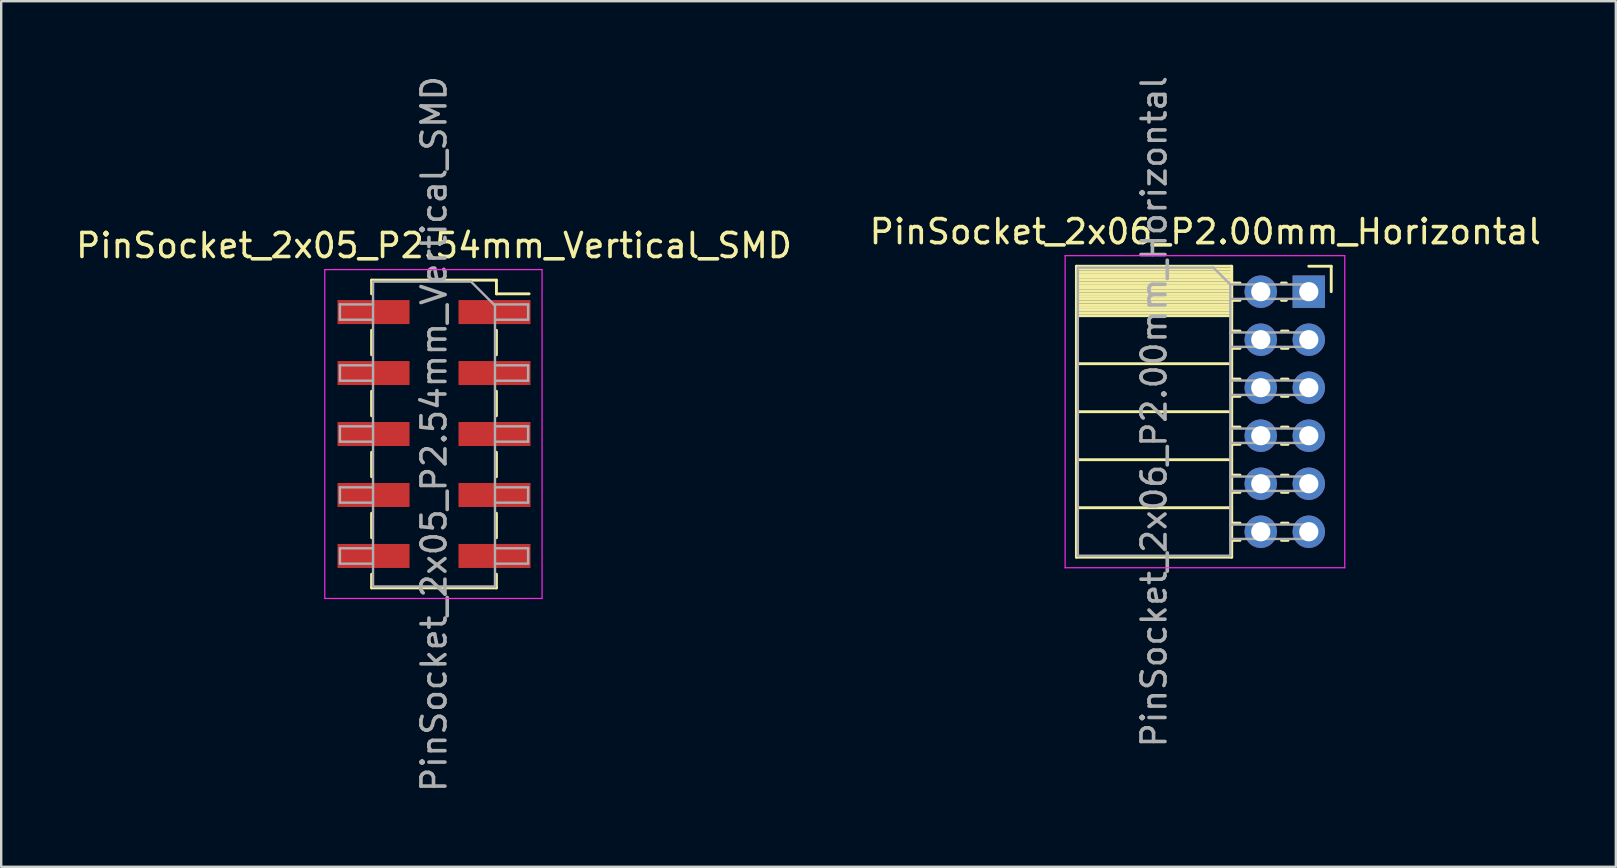
<source format=kicad_pcb>
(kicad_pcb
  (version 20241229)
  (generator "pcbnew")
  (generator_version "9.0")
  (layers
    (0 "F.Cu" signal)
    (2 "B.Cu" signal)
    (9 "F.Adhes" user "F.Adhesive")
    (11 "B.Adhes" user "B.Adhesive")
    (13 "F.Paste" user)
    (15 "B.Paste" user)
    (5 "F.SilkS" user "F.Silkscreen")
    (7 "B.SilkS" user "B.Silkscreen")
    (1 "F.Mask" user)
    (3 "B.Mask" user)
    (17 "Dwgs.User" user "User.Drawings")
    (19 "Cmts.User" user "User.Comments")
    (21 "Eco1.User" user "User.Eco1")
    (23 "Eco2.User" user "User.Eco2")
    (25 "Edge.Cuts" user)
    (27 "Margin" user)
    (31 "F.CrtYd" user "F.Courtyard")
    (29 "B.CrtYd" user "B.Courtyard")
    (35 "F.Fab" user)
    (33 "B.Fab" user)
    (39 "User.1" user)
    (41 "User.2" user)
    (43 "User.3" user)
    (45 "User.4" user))
  (footprint "PinSocket_2x05_P2.54mm_Vertical_SMD"
    (layer "F.Cu")
    (at 15.03 15.03)
    (property "Reference" "PinSocket_2x05_P2.54mm_Vertical_SMD" (at 0 -7.85 0) (layer "F.SilkS") (effects (font (size 1 1) (thickness 0.15))))
    (attr smd)
    (fp_line (start -2.6 -6.41) (end -2.6 -5.84) (stroke (width 0.12) (type solid)) (layer "F.SilkS"))
    (fp_line (start -2.6 -6.41) (end 2.6 -6.41) (stroke (width 0.12) (type solid)) (layer "F.SilkS"))
    (fp_line (start -2.6 -4.32) (end -2.6 -3.3) (stroke (width 0.12) (type solid)) (layer "F.SilkS"))
    (fp_line (start -2.6 -1.78) (end -2.6 -0.76) (stroke (width 0.12) (type solid)) (layer "F.SilkS"))
    (fp_line (start -2.6 0.76) (end -2.6 1.78) (stroke (width 0.12) (type solid)) (layer "F.SilkS"))
    (fp_line (start -2.6 3.3) (end -2.6 4.32) (stroke (width 0.12) (type solid)) (layer "F.SilkS"))
    (fp_line (start -2.6 5.84) (end -2.6 6.41) (stroke (width 0.12) (type solid)) (layer "F.SilkS"))
    (fp_line (start -2.6 6.41) (end 2.6 6.41) (stroke (width 0.12) (type solid)) (layer "F.SilkS"))
    (fp_line (start 2.6 -6.41) (end 2.6 -5.84) (stroke (width 0.12) (type solid)) (layer "F.SilkS"))
    (fp_line (start 2.6 -5.84) (end 3.96 -5.84) (stroke (width 0.12) (type solid)) (layer "F.SilkS"))
    (fp_line (start 2.6 -4.32) (end 2.6 -3.3) (stroke (width 0.12) (type solid)) (layer "F.SilkS"))
    (fp_line (start 2.6 -1.78) (end 2.6 -0.76) (stroke (width 0.12) (type solid)) (layer "F.SilkS"))
    (fp_line (start 2.6 0.76) (end 2.6 1.78) (stroke (width 0.12) (type solid)) (layer "F.SilkS"))
    (fp_line (start 2.6 3.3) (end 2.6 4.32) (stroke (width 0.12) (type solid)) (layer "F.SilkS"))
    (fp_line (start 2.6 5.84) (end 2.6 6.41) (stroke (width 0.12) (type solid)) (layer "F.SilkS"))
    (fp_line (start -4.55 -6.85) (end 4.5 -6.85) (stroke (width 0.05) (type solid)) (layer "F.CrtYd"))
    (fp_line (start -4.55 6.85) (end -4.55 -6.85) (stroke (width 0.05) (type solid)) (layer "F.CrtYd"))
    (fp_line (start 4.5 -6.85) (end 4.5 6.85) (stroke (width 0.05) (type solid)) (layer "F.CrtYd"))
    (fp_line (start 4.5 6.85) (end -4.55 6.85) (stroke (width 0.05) (type solid)) (layer "F.CrtYd"))
    (fp_line (start -3.92 -5.4) (end -2.54 -5.4) (stroke (width 0.1) (type solid)) (layer "F.Fab"))
    (fp_line (start -3.92 -4.76) (end -3.92 -5.4) (stroke (width 0.1) (type solid)) (layer "F.Fab"))
    (fp_line (start -3.92 -2.86) (end -2.54 -2.86) (stroke (width 0.1) (type solid)) (layer "F.Fab"))
    (fp_line (start -3.92 -2.22) (end -3.92 -2.86) (stroke (width 0.1) (type solid)) (layer "F.Fab"))
    (fp_line (start -3.92 -0.32) (end -2.54 -0.32) (stroke (width 0.1) (type solid)) (layer "F.Fab"))
    (fp_line (start -3.92 0.32) (end -3.92 -0.32) (stroke (width 0.1) (type solid)) (layer "F.Fab"))
    (fp_line (start -3.92 2.22) (end -2.54 2.22) (stroke (width 0.1) (type solid)) (layer "F.Fab"))
    (fp_line (start -3.92 2.86) (end -3.92 2.22) (stroke (width 0.1) (type solid)) (layer "F.Fab"))
    (fp_line (start -3.92 4.76) (end -2.54 4.76) (stroke (width 0.1) (type solid)) (layer "F.Fab"))
    (fp_line (start -3.92 5.4) (end -3.92 4.76) (stroke (width 0.1) (type solid)) (layer "F.Fab"))
    (fp_line (start -2.54 -6.35) (end 1.54 -6.35) (stroke (width 0.1) (type solid)) (layer "F.Fab"))
    (fp_line (start -2.54 -4.76) (end -3.92 -4.76) (stroke (width 0.1) (type solid)) (layer "F.Fab"))
    (fp_line (start -2.54 -2.22) (end -3.92 -2.22) (stroke (width 0.1) (type solid)) (layer "F.Fab"))
    (fp_line (start -2.54 0.32) (end -3.92 0.32) (stroke (width 0.1) (type solid)) (layer "F.Fab"))
    (fp_line (start -2.54 2.86) (end -3.92 2.86) (stroke (width 0.1) (type solid)) (layer "F.Fab"))
    (fp_line (start -2.54 5.4) (end -3.92 5.4) (stroke (width 0.1) (type solid)) (layer "F.Fab"))
    (fp_line (start -2.54 6.35) (end -2.54 -6.35) (stroke (width 0.1) (type solid)) (layer "F.Fab"))
    (fp_line (start 1.54 -6.35) (end 2.54 -5.35) (stroke (width 0.1) (type solid)) (layer "F.Fab"))
    (fp_line (start 2.54 -5.4) (end 3.92 -5.4) (stroke (width 0.1) (type solid)) (layer "F.Fab"))
    (fp_line (start 2.54 -5.35) (end 2.54 6.35) (stroke (width 0.1) (type solid)) (layer "F.Fab"))
    (fp_line (start 2.54 -2.86) (end 3.92 -2.86) (stroke (width 0.1) (type solid)) (layer "F.Fab"))
    (fp_line (start 2.54 -0.32) (end 3.92 -0.32) (stroke (width 0.1) (type solid)) (layer "F.Fab"))
    (fp_line (start 2.54 2.22) (end 3.92 2.22) (stroke (width 0.1) (type solid)) (layer "F.Fab"))
    (fp_line (start 2.54 4.76) (end 3.92 4.76) (stroke (width 0.1) (type solid)) (layer "F.Fab"))
    (fp_line (start 2.54 6.35) (end -2.54 6.35) (stroke (width 0.1) (type solid)) (layer "F.Fab"))
    (fp_line (start 3.92 -5.4) (end 3.92 -4.76) (stroke (width 0.1) (type solid)) (layer "F.Fab"))
    (fp_line (start 3.92 -4.76) (end 2.54 -4.76) (stroke (width 0.1) (type solid)) (layer "F.Fab"))
    (fp_line (start 3.92 -2.86) (end 3.92 -2.22) (stroke (width 0.1) (type solid)) (layer "F.Fab"))
    (fp_line (start 3.92 -2.22) (end 2.54 -2.22) (stroke (width 0.1) (type solid)) (layer "F.Fab"))
    (fp_line (start 3.92 -0.32) (end 3.92 0.32) (stroke (width 0.1) (type solid)) (layer "F.Fab"))
    (fp_line (start 3.92 0.32) (end 2.54 0.32) (stroke (width 0.1) (type solid)) (layer "F.Fab"))
    (fp_line (start 3.92 2.22) (end 3.92 2.86) (stroke (width 0.1) (type solid)) (layer "F.Fab"))
    (fp_line (start 3.92 2.86) (end 2.54 2.86) (stroke (width 0.1) (type solid)) (layer "F.Fab"))
    (fp_line (start 3.92 4.76) (end 3.92 5.4) (stroke (width 0.1) (type solid)) (layer "F.Fab"))
    (fp_line (start 3.92 5.4) (end 2.54 5.4) (stroke (width 0.1) (type solid)) (layer "F.Fab"))
    (fp_text user "${REFERENCE}" (at 0 0 90) (layer "F.Fab") (effects (font (size 1 1) (thickness 0.15))))
    (pad "1" smd rect (at 2.52 -5.08) (size 3 1) (layers "F.Cu" "F.Mask" "F.Paste"))
    (pad "2" smd rect (at -2.52 -5.08) (size 3 1) (layers "F.Cu" "F.Mask" "F.Paste"))
    (pad "3" smd rect (at 2.52 -2.54) (size 3 1) (layers "F.Cu" "F.Mask" "F.Paste"))
    (pad "4" smd rect (at -2.52 -2.54) (size 3 1) (layers "F.Cu" "F.Mask" "F.Paste"))
    (pad "5" smd rect (at 2.52 0) (size 3 1) (layers "F.Cu" "F.Mask" "F.Paste"))
    (pad "6" smd rect (at -2.52 0) (size 3 1) (layers "F.Cu" "F.Mask" "F.Paste"))
    (pad "7" smd rect (at 2.52 2.54) (size 3 1) (layers "F.Cu" "F.Mask" "F.Paste"))
    (pad "8" smd rect (at -2.52 2.54) (size 3 1) (layers "F.Cu" "F.Mask" "F.Paste"))
    (pad "9" smd rect (at 2.52 5.08) (size 3 1) (layers "F.Cu" "F.Mask" "F.Paste"))
    (pad "10" smd rect (at -2.52 5.08) (size 3 1) (layers "F.Cu" "F.Mask" "F.Paste")))
  (footprint "PinSocket_2x06_P2.00mm_Horizontal"
    (layer "F.Cu")
    (at 51.471 9.101)
    (property "Reference" "PinSocket_2x06_P2.00mm_Horizontal" (at -4.31 -2.5 0) (layer "F.SilkS") (effects (font (size 1 1) (thickness 0.15))))
    (attr through_hole)
    (fp_line (start -9.68 -1.06) (end -9.68 11.06) (stroke (width 0.12) (type solid)) (layer "F.SilkS"))
    (fp_line (start -9.68 -1.06) (end -3.21 -1.06) (stroke (width 0.12) (type solid)) (layer "F.SilkS"))
    (fp_line (start -9.68 -0.94) (end -3.21 -0.94) (stroke (width 0.12) (type solid)) (layer "F.SilkS"))
    (fp_line (start -9.68 -0.826) (end -3.21 -0.826) (stroke (width 0.12) (type solid)) (layer "F.SilkS"))
    (fp_line (start -9.68 -0.712) (end -3.21 -0.712) (stroke (width 0.12) (type solid)) (layer "F.SilkS"))
    (fp_line (start -9.68 -0.598) (end -3.21 -0.598) (stroke (width 0.12) (type solid)) (layer "F.SilkS"))
    (fp_line (start -9.68 -0.484) (end -3.21 -0.484) (stroke (width 0.12) (type solid)) (layer "F.SilkS"))
    (fp_line (start -9.68 -0.369) (end -3.21 -0.369) (stroke (width 0.12) (type solid)) (layer "F.SilkS"))
    (fp_line (start -9.68 -0.255) (end -3.21 -0.255) (stroke (width 0.12) (type solid)) (layer "F.SilkS"))
    (fp_line (start -9.68 -0.141) (end -3.21 -0.141) (stroke (width 0.12) (type solid)) (layer "F.SilkS"))
    (fp_line (start -9.68 -0.027) (end -3.21 -0.027) (stroke (width 0.12) (type solid)) (layer "F.SilkS"))
    (fp_line (start -9.68 0.087) (end -3.21 0.087) (stroke (width 0.12) (type solid)) (layer "F.SilkS"))
    (fp_line (start -9.68 0.201) (end -3.21 0.201) (stroke (width 0.12) (type solid)) (layer "F.SilkS"))
    (fp_line (start -9.68 0.315) (end -3.21 0.315) (stroke (width 0.12) (type solid)) (layer "F.SilkS"))
    (fp_line (start -9.68 0.429) (end -3.21 0.429) (stroke (width 0.12) (type solid)) (layer "F.SilkS"))
    (fp_line (start -9.68 0.544) (end -3.21 0.544) (stroke (width 0.12) (type solid)) (layer "F.SilkS"))
    (fp_line (start -9.68 0.658) (end -3.21 0.658) (stroke (width 0.12) (type solid)) (layer "F.SilkS"))
    (fp_line (start -9.68 0.772) (end -3.21 0.772) (stroke (width 0.12) (type solid)) (layer "F.SilkS"))
    (fp_line (start -9.68 0.886) (end -3.21 0.886) (stroke (width 0.12) (type solid)) (layer "F.SilkS"))
    (fp_line (start -9.68 1) (end -3.21 1) (stroke (width 0.12) (type solid)) (layer "F.SilkS"))
    (fp_line (start -9.68 3) (end -3.21 3) (stroke (width 0.12) (type solid)) (layer "F.SilkS"))
    (fp_line (start -9.68 5) (end -3.21 5) (stroke (width 0.12) (type solid)) (layer "F.SilkS"))
    (fp_line (start -9.68 7) (end -3.21 7) (stroke (width 0.12) (type solid)) (layer "F.SilkS"))
    (fp_line (start -9.68 9) (end -3.21 9) (stroke (width 0.12) (type solid)) (layer "F.SilkS"))
    (fp_line (start -9.68 11.06) (end -3.21 11.06) (stroke (width 0.12) (type solid)) (layer "F.SilkS"))
    (fp_line (start -3.21 -1.06) (end -3.21 11.06) (stroke (width 0.12) (type solid)) (layer "F.SilkS"))
    (fp_line (start -3.21 -0.36) (end -2.863 -0.36) (stroke (width 0.12) (type solid)) (layer "F.SilkS"))
    (fp_line (start -3.21 0.36) (end -2.863 0.36) (stroke (width 0.12) (type solid)) (layer "F.SilkS"))
    (fp_line (start -3.21 1.64) (end -2.863 1.64) (stroke (width 0.12) (type solid)) (layer "F.SilkS"))
    (fp_line (start -3.21 2.36) (end -2.863 2.36) (stroke (width 0.12) (type solid)) (layer "F.SilkS"))
    (fp_line (start -3.21 3.64) (end -2.863 3.64) (stroke (width 0.12) (type solid)) (layer "F.SilkS"))
    (fp_line (start -3.21 4.36) (end -2.863 4.36) (stroke (width 0.12) (type solid)) (layer "F.SilkS"))
    (fp_line (start -3.21 5.64) (end -2.863 5.64) (stroke (width 0.12) (type solid)) (layer "F.SilkS"))
    (fp_line (start -3.21 6.36) (end -2.863 6.36) (stroke (width 0.12) (type solid)) (layer "F.SilkS"))
    (fp_line (start -3.21 7.64) (end -2.863 7.64) (stroke (width 0.12) (type solid)) (layer "F.SilkS"))
    (fp_line (start -3.21 8.36) (end -2.863 8.36) (stroke (width 0.12) (type solid)) (layer "F.SilkS"))
    (fp_line (start -3.21 9.64) (end -2.863 9.64) (stroke (width 0.12) (type solid)) (layer "F.SilkS"))
    (fp_line (start -3.21 10.36) (end -2.863 10.36) (stroke (width 0.12) (type solid)) (layer "F.SilkS"))
    (fp_line (start -1.137 -0.36) (end -0.935 -0.36) (stroke (width 0.12) (type solid)) (layer "F.SilkS"))
    (fp_line (start -1.137 0.36) (end -0.935 0.36) (stroke (width 0.12) (type solid)) (layer "F.SilkS"))
    (fp_line (start -1.137 1.64) (end -0.863 1.64) (stroke (width 0.12) (type solid)) (layer "F.SilkS"))
    (fp_line (start -1.137 2.36) (end -0.863 2.36) (stroke (width 0.12) (type solid)) (layer "F.SilkS"))
    (fp_line (start -1.137 3.64) (end -0.863 3.64) (stroke (width 0.12) (type solid)) (layer "F.SilkS"))
    (fp_line (start -1.137 4.36) (end -0.863 4.36) (stroke (width 0.12) (type solid)) (layer "F.SilkS"))
    (fp_line (start -1.137 5.64) (end -0.863 5.64) (stroke (width 0.12) (type solid)) (layer "F.SilkS"))
    (fp_line (start -1.137 6.36) (end -0.863 6.36) (stroke (width 0.12) (type solid)) (layer "F.SilkS"))
    (fp_line (start -1.137 7.64) (end -0.863 7.64) (stroke (width 0.12) (type solid)) (layer "F.SilkS"))
    (fp_line (start -1.137 8.36) (end -0.863 8.36) (stroke (width 0.12) (type solid)) (layer "F.SilkS"))
    (fp_line (start -1.137 9.64) (end -0.863 9.64) (stroke (width 0.12) (type solid)) (layer "F.SilkS"))
    (fp_line (start -1.137 10.36) (end -0.863 10.36) (stroke (width 0.12) (type solid)) (layer "F.SilkS"))
    (fp_line (start 0 -1.06) (end 0.935 -1.06) (stroke (width 0.12) (type solid)) (layer "F.SilkS"))
    (fp_line (start 0.935 -1.06) (end 0.935 0) (stroke (width 0.12) (type solid)) (layer "F.SilkS"))
    (fp_line (start -10.15 -1.5) (end -10.15 11.5) (stroke (width 0.05) (type solid)) (layer "F.CrtYd"))
    (fp_line (start -10.15 11.5) (end 1.5 11.5) (stroke (width 0.05) (type solid)) (layer "F.CrtYd"))
    (fp_line (start 1.5 -1.5) (end -10.15 -1.5) (stroke (width 0.05) (type solid)) (layer "F.CrtYd"))
    (fp_line (start 1.5 11.5) (end 1.5 -1.5) (stroke (width 0.05) (type solid)) (layer "F.CrtYd"))
    (fp_line (start -9.62 -1) (end -3.97 -1) (stroke (width 0.1) (type solid)) (layer "F.Fab"))
    (fp_line (start -9.62 11) (end -9.62 -1) (stroke (width 0.1) (type solid)) (layer "F.Fab"))
    (fp_line (start -3.97 -1) (end -3.27 -0.3) (stroke (width 0.1) (type solid)) (layer "F.Fab"))
    (fp_line (start -3.27 -0.3) (end -3.27 11) (stroke (width 0.1) (type solid)) (layer "F.Fab"))
    (fp_line (start -3.27 0.3) (end 0 0.3) (stroke (width 0.1) (type solid)) (layer "F.Fab"))
    (fp_line (start -3.27 2.3) (end 0 2.3) (stroke (width 0.1) (type solid)) (layer "F.Fab"))
    (fp_line (start -3.27 4.3) (end 0 4.3) (stroke (width 0.1) (type solid)) (layer "F.Fab"))
    (fp_line (start -3.27 6.3) (end 0 6.3) (stroke (width 0.1) (type solid)) (layer "F.Fab"))
    (fp_line (start -3.27 8.3) (end 0 8.3) (stroke (width 0.1) (type solid)) (layer "F.Fab"))
    (fp_line (start -3.27 10.3) (end 0 10.3) (stroke (width 0.1) (type solid)) (layer "F.Fab"))
    (fp_line (start -3.27 11) (end -9.62 11) (stroke (width 0.1) (type solid)) (layer "F.Fab"))
    (fp_line (start 0 -0.3) (end -3.27 -0.3) (stroke (width 0.1) (type solid)) (layer "F.Fab"))
    (fp_line (start 0 0.3) (end 0 -0.3) (stroke (width 0.1) (type solid)) (layer "F.Fab"))
    (fp_line (start 0 1.7) (end -3.27 1.7) (stroke (width 0.1) (type solid)) (layer "F.Fab"))
    (fp_line (start 0 2.3) (end 0 1.7) (stroke (width 0.1) (type solid)) (layer "F.Fab"))
    (fp_line (start 0 3.7) (end -3.27 3.7) (stroke (width 0.1) (type solid)) (layer "F.Fab"))
    (fp_line (start 0 4.3) (end 0 3.7) (stroke (width 0.1) (type solid)) (layer "F.Fab"))
    (fp_line (start 0 5.7) (end -3.27 5.7) (stroke (width 0.1) (type solid)) (layer "F.Fab"))
    (fp_line (start 0 6.3) (end 0 5.7) (stroke (width 0.1) (type solid)) (layer "F.Fab"))
    (fp_line (start 0 7.7) (end -3.27 7.7) (stroke (width 0.1) (type solid)) (layer "F.Fab"))
    (fp_line (start 0 8.3) (end 0 7.7) (stroke (width 0.1) (type solid)) (layer "F.Fab"))
    (fp_line (start 0 9.7) (end -3.27 9.7) (stroke (width 0.1) (type solid)) (layer "F.Fab"))
    (fp_line (start 0 10.3) (end 0 9.7) (stroke (width 0.1) (type solid)) (layer "F.Fab"))
    (fp_text user "${REFERENCE}" (at -6.445 5 90) (layer "F.Fab") (effects (font (size 1 1) (thickness 0.15))))
    (pad "1" thru_hole rect (at 0 0) (size 1.35 1.35) (drill 0.8) (layers "*.Cu" "*.Mask"))
    (pad "2" thru_hole oval (at -2 0) (size 1.35 1.35) (drill 0.8) (layers "*.Cu" "*.Mask"))
    (pad "3" thru_hole oval (at 0 2) (size 1.35 1.35) (drill 0.8) (layers "*.Cu" "*.Mask"))
    (pad "4" thru_hole oval (at -2 2) (size 1.35 1.35) (drill 0.8) (layers "*.Cu" "*.Mask"))
    (pad "5" thru_hole oval (at 0 4) (size 1.35 1.35) (drill 0.8) (layers "*.Cu" "*.Mask"))
    (pad "6" thru_hole oval (at -2 4) (size 1.35 1.35) (drill 0.8) (layers "*.Cu" "*.Mask"))
    (pad "7" thru_hole oval (at 0 6) (size 1.35 1.35) (drill 0.8) (layers "*.Cu" "*.Mask"))
    (pad "8" thru_hole oval (at -2 6) (size 1.35 1.35) (drill 0.8) (layers "*.Cu" "*.Mask"))
    (pad "9" thru_hole oval (at 0 8) (size 1.35 1.35) (drill 0.8) (layers "*.Cu" "*.Mask"))
    (pad "10" thru_hole oval (at -2 8) (size 1.35 1.35) (drill 0.8) (layers "*.Cu" "*.Mask"))
    (pad "11" thru_hole oval (at 0 10) (size 1.35 1.35) (drill 0.8) (layers "*.Cu" "*.Mask"))
    (pad "12" thru_hole oval (at -2 10) (size 1.35 1.35) (drill 0.8) (layers "*.Cu" "*.Mask")))
  (gr_rect
    (start -3 -3)
    (end 64.262 33.06)
    (stroke (width 0.1) (type default))
    (fill no)
    (layer "Edge.Cuts")))
</source>
